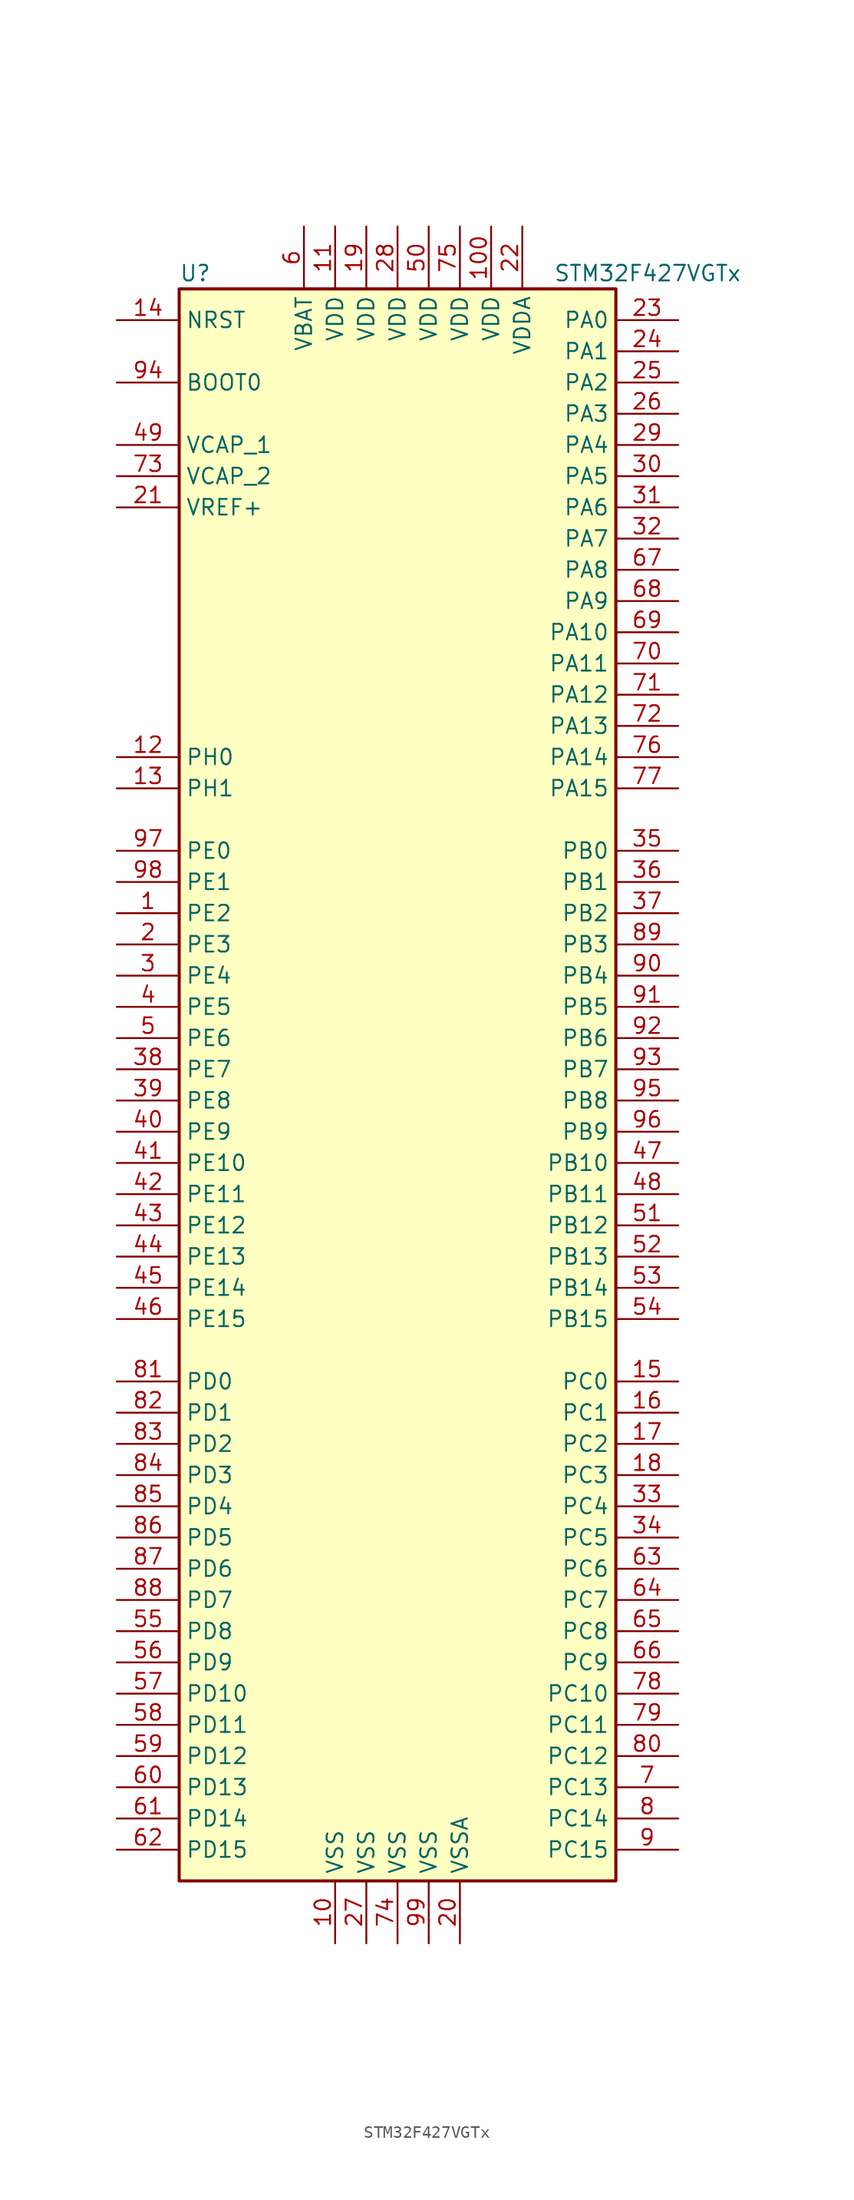
<source format=kicad_sym>
(kicad_symbol_lib
  (version 20211014)
  (generator kicad_symbol_editor)
  (symbol "STM32F427VGTx"
    (property "Reference" "U"
      (at -17.78 64.77 0)
      (effects (font (size 1.27 1.27)) (justify left)))
    (property "Value" "STM32F427VGTx"
      (at 12.7 64.77 0)
      (effects (font (size 1.27 1.27)) (justify left)))
    (symbol "STM32F427VGTx_0_1"
      (rectangle (start -17.78 -66.04) (end 17.78 63.5) (stroke (width 0.254) (type default) (color 0 0 0 0)) (fill (type background))))
    (symbol "STM32F427VGTx_1_1"
      (pin bidirectional line (at -22.86 12.7 0) (length 5.08) (name "PE2" (effects (font (size 1.27 1.27)))) (number "1" (effects (font (size 1.27 1.27)))))
      (pin power_in line (at -5.08 -71.12 90) (length 5.08) (name "VSS" (effects (font (size 1.27 1.27)))) (number "10" (effects (font (size 1.27 1.27)))))
      (pin power_in line (at 7.62 68.58 270) (length 5.08) (name "VDD" (effects (font (size 1.27 1.27)))) (number "100" (effects (font (size 1.27 1.27)))))
      (pin power_in line (at -5.08 68.58 270) (length 5.08) (name "VDD" (effects (font (size 1.27 1.27)))) (number "11" (effects (font (size 1.27 1.27)))))
      (pin input line (at -22.86 25.4 0) (length 5.08) (name "PH0" (effects (font (size 1.27 1.27)))) (number "12" (effects (font (size 1.27 1.27)))))
      (pin input line (at -22.86 22.86 0) (length 5.08) (name "PH1" (effects (font (size 1.27 1.27)))) (number "13" (effects (font (size 1.27 1.27)))))
      (pin input line (at -22.86 60.96 0) (length 5.08) (name "NRST" (effects (font (size 1.27 1.27)))) (number "14" (effects (font (size 1.27 1.27)))))
      (pin bidirectional line (at 22.86 -25.4 180) (length 5.08) (name "PC0" (effects (font (size 1.27 1.27)))) (number "15" (effects (font (size 1.27 1.27)))))
      (pin bidirectional line (at 22.86 -27.94 180) (length 5.08) (name "PC1" (effects (font (size 1.27 1.27)))) (number "16" (effects (font (size 1.27 1.27)))))
      (pin bidirectional line (at 22.86 -30.48 180) (length 5.08) (name "PC2" (effects (font (size 1.27 1.27)))) (number "17" (effects (font (size 1.27 1.27)))))
      (pin bidirectional line (at 22.86 -33.02 180) (length 5.08) (name "PC3" (effects (font (size 1.27 1.27)))) (number "18" (effects (font (size 1.27 1.27)))))
      (pin power_in line (at -2.54 68.58 270) (length 5.08) (name "VDD" (effects (font (size 1.27 1.27)))) (number "19" (effects (font (size 1.27 1.27)))))
      (pin bidirectional line (at -22.86 10.16 0) (length 5.08) (name "PE3" (effects (font (size 1.27 1.27)))) (number "2" (effects (font (size 1.27 1.27)))))
      (pin power_in line (at 5.08 -71.12 90) (length 5.08) (name "VSSA" (effects (font (size 1.27 1.27)))) (number "20" (effects (font (size 1.27 1.27)))))
      (pin power_in line (at -22.86 45.72 0) (length 5.08) (name "VREF+" (effects (font (size 1.27 1.27)))) (number "21" (effects (font (size 1.27 1.27)))))
      (pin power_in line (at 10.16 68.58 270) (length 5.08) (name "VDDA" (effects (font (size 1.27 1.27)))) (number "22" (effects (font (size 1.27 1.27)))))
      (pin bidirectional line (at 22.86 60.96 180) (length 5.08) (name "PA0" (effects (font (size 1.27 1.27)))) (number "23" (effects (font (size 1.27 1.27)))))
      (pin bidirectional line (at 22.86 58.42 180) (length 5.08) (name "PA1" (effects (font (size 1.27 1.27)))) (number "24" (effects (font (size 1.27 1.27)))))
      (pin bidirectional line (at 22.86 55.88 180) (length 5.08) (name "PA2" (effects (font (size 1.27 1.27)))) (number "25" (effects (font (size 1.27 1.27)))))
      (pin bidirectional line (at 22.86 53.34 180) (length 5.08) (name "PA3" (effects (font (size 1.27 1.27)))) (number "26" (effects (font (size 1.27 1.27)))))
      (pin power_in line (at -2.54 -71.12 90) (length 5.08) (name "VSS" (effects (font (size 1.27 1.27)))) (number "27" (effects (font (size 1.27 1.27)))))
      (pin power_in line (at 0 68.58 270) (length 5.08) (name "VDD" (effects (font (size 1.27 1.27)))) (number "28" (effects (font (size 1.27 1.27)))))
      (pin bidirectional line (at 22.86 50.8 180) (length 5.08) (name "PA4" (effects (font (size 1.27 1.27)))) (number "29" (effects (font (size 1.27 1.27)))))
      (pin bidirectional line (at -22.86 7.62 0) (length 5.08) (name "PE4" (effects (font (size 1.27 1.27)))) (number "3" (effects (font (size 1.27 1.27)))))
      (pin bidirectional line (at 22.86 48.26 180) (length 5.08) (name "PA5" (effects (font (size 1.27 1.27)))) (number "30" (effects (font (size 1.27 1.27)))))
      (pin bidirectional line (at 22.86 45.72 180) (length 5.08) (name "PA6" (effects (font (size 1.27 1.27)))) (number "31" (effects (font (size 1.27 1.27)))))
      (pin bidirectional line (at 22.86 43.18 180) (length 5.08) (name "PA7" (effects (font (size 1.27 1.27)))) (number "32" (effects (font (size 1.27 1.27)))))
      (pin bidirectional line (at 22.86 -35.56 180) (length 5.08) (name "PC4" (effects (font (size 1.27 1.27)))) (number "33" (effects (font (size 1.27 1.27)))))
      (pin bidirectional line (at 22.86 -38.1 180) (length 5.08) (name "PC5" (effects (font (size 1.27 1.27)))) (number "34" (effects (font (size 1.27 1.27)))))
      (pin bidirectional line (at 22.86 17.78 180) (length 5.08) (name "PB0" (effects (font (size 1.27 1.27)))) (number "35" (effects (font (size 1.27 1.27)))))
      (pin bidirectional line (at 22.86 15.24 180) (length 5.08) (name "PB1" (effects (font (size 1.27 1.27)))) (number "36" (effects (font (size 1.27 1.27)))))
      (pin bidirectional line (at 22.86 12.7 180) (length 5.08) (name "PB2" (effects (font (size 1.27 1.27)))) (number "37" (effects (font (size 1.27 1.27)))))
      (pin bidirectional line (at -22.86 0 0) (length 5.08) (name "PE7" (effects (font (size 1.27 1.27)))) (number "38" (effects (font (size 1.27 1.27)))))
      (pin bidirectional line (at -22.86 -2.54 0) (length 5.08) (name "PE8" (effects (font (size 1.27 1.27)))) (number "39" (effects (font (size 1.27 1.27)))))
      (pin bidirectional line (at -22.86 5.08 0) (length 5.08) (name "PE5" (effects (font (size 1.27 1.27)))) (number "4" (effects (font (size 1.27 1.27)))))
      (pin bidirectional line (at -22.86 -5.08 0) (length 5.08) (name "PE9" (effects (font (size 1.27 1.27)))) (number "40" (effects (font (size 1.27 1.27)))))
      (pin bidirectional line (at -22.86 -7.62 0) (length 5.08) (name "PE10" (effects (font (size 1.27 1.27)))) (number "41" (effects (font (size 1.27 1.27)))))
      (pin bidirectional line (at -22.86 -10.16 0) (length 5.08) (name "PE11" (effects (font (size 1.27 1.27)))) (number "42" (effects (font (size 1.27 1.27)))))
      (pin bidirectional line (at -22.86 -12.7 0) (length 5.08) (name "PE12" (effects (font (size 1.27 1.27)))) (number "43" (effects (font (size 1.27 1.27)))))
      (pin bidirectional line (at -22.86 -15.24 0) (length 5.08) (name "PE13" (effects (font (size 1.27 1.27)))) (number "44" (effects (font (size 1.27 1.27)))))
      (pin bidirectional line (at -22.86 -17.78 0) (length 5.08) (name "PE14" (effects (font (size 1.27 1.27)))) (number "45" (effects (font (size 1.27 1.27)))))
      (pin bidirectional line (at -22.86 -20.32 0) (length 5.08) (name "PE15" (effects (font (size 1.27 1.27)))) (number "46" (effects (font (size 1.27 1.27)))))
      (pin bidirectional line (at 22.86 -7.62 180) (length 5.08) (name "PB10" (effects (font (size 1.27 1.27)))) (number "47" (effects (font (size 1.27 1.27)))))
      (pin bidirectional line (at 22.86 -10.16 180) (length 5.08) (name "PB11" (effects (font (size 1.27 1.27)))) (number "48" (effects (font (size 1.27 1.27)))))
      (pin power_in line (at -22.86 50.8 0) (length 5.08) (name "VCAP_1" (effects (font (size 1.27 1.27)))) (number "49" (effects (font (size 1.27 1.27)))))
      (pin bidirectional line (at -22.86 2.54 0) (length 5.08) (name "PE6" (effects (font (size 1.27 1.27)))) (number "5" (effects (font (size 1.27 1.27)))))
      (pin power_in line (at 2.54 68.58 270) (length 5.08) (name "VDD" (effects (font (size 1.27 1.27)))) (number "50" (effects (font (size 1.27 1.27)))))
      (pin bidirectional line (at 22.86 -12.7 180) (length 5.08) (name "PB12" (effects (font (size 1.27 1.27)))) (number "51" (effects (font (size 1.27 1.27)))))
      (pin bidirectional line (at 22.86 -15.24 180) (length 5.08) (name "PB13" (effects (font (size 1.27 1.27)))) (number "52" (effects (font (size 1.27 1.27)))))
      (pin bidirectional line (at 22.86 -17.78 180) (length 5.08) (name "PB14" (effects (font (size 1.27 1.27)))) (number "53" (effects (font (size 1.27 1.27)))))
      (pin bidirectional line (at 22.86 -20.32 180) (length 5.08) (name "PB15" (effects (font (size 1.27 1.27)))) (number "54" (effects (font (size 1.27 1.27)))))
      (pin bidirectional line (at -22.86 -45.72 0) (length 5.08) (name "PD8" (effects (font (size 1.27 1.27)))) (number "55" (effects (font (size 1.27 1.27)))))
      (pin bidirectional line (at -22.86 -48.26 0) (length 5.08) (name "PD9" (effects (font (size 1.27 1.27)))) (number "56" (effects (font (size 1.27 1.27)))))
      (pin bidirectional line (at -22.86 -50.8 0) (length 5.08) (name "PD10" (effects (font (size 1.27 1.27)))) (number "57" (effects (font (size 1.27 1.27)))))
      (pin bidirectional line (at -22.86 -53.34 0) (length 5.08) (name "PD11" (effects (font (size 1.27 1.27)))) (number "58" (effects (font (size 1.27 1.27)))))
      (pin bidirectional line (at -22.86 -55.88 0) (length 5.08) (name "PD12" (effects (font (size 1.27 1.27)))) (number "59" (effects (font (size 1.27 1.27)))))
      (pin power_in line (at -7.62 68.58 270) (length 5.08) (name "VBAT" (effects (font (size 1.27 1.27)))) (number "6" (effects (font (size 1.27 1.27)))))
      (pin bidirectional line (at -22.86 -58.42 0) (length 5.08) (name "PD13" (effects (font (size 1.27 1.27)))) (number "60" (effects (font (size 1.27 1.27)))))
      (pin bidirectional line (at -22.86 -60.96 0) (length 5.08) (name "PD14" (effects (font (size 1.27 1.27)))) (number "61" (effects (font (size 1.27 1.27)))))
      (pin bidirectional line (at -22.86 -63.5 0) (length 5.08) (name "PD15" (effects (font (size 1.27 1.27)))) (number "62" (effects (font (size 1.27 1.27)))))
      (pin bidirectional line (at 22.86 -40.64 180) (length 5.08) (name "PC6" (effects (font (size 1.27 1.27)))) (number "63" (effects (font (size 1.27 1.27)))))
      (pin bidirectional line (at 22.86 -43.18 180) (length 5.08) (name "PC7" (effects (font (size 1.27 1.27)))) (number "64" (effects (font (size 1.27 1.27)))))
      (pin bidirectional line (at 22.86 -45.72 180) (length 5.08) (name "PC8" (effects (font (size 1.27 1.27)))) (number "65" (effects (font (size 1.27 1.27)))))
      (pin bidirectional line (at 22.86 -48.26 180) (length 5.08) (name "PC9" (effects (font (size 1.27 1.27)))) (number "66" (effects (font (size 1.27 1.27)))))
      (pin bidirectional line (at 22.86 40.64 180) (length 5.08) (name "PA8" (effects (font (size 1.27 1.27)))) (number "67" (effects (font (size 1.27 1.27)))))
      (pin bidirectional line (at 22.86 38.1 180) (length 5.08) (name "PA9" (effects (font (size 1.27 1.27)))) (number "68" (effects (font (size 1.27 1.27)))))
      (pin bidirectional line (at 22.86 35.56 180) (length 5.08) (name "PA10" (effects (font (size 1.27 1.27)))) (number "69" (effects (font (size 1.27 1.27)))))
      (pin bidirectional line (at 22.86 -58.42 180) (length 5.08) (name "PC13" (effects (font (size 1.27 1.27)))) (number "7" (effects (font (size 1.27 1.27)))))
      (pin bidirectional line (at 22.86 33.02 180) (length 5.08) (name "PA11" (effects (font (size 1.27 1.27)))) (number "70" (effects (font (size 1.27 1.27)))))
      (pin bidirectional line (at 22.86 30.48 180) (length 5.08) (name "PA12" (effects (font (size 1.27 1.27)))) (number "71" (effects (font (size 1.27 1.27)))))
      (pin bidirectional line (at 22.86 27.94 180) (length 5.08) (name "PA13" (effects (font (size 1.27 1.27)))) (number "72" (effects (font (size 1.27 1.27)))))
      (pin power_in line (at -22.86 48.26 0) (length 5.08) (name "VCAP_2" (effects (font (size 1.27 1.27)))) (number "73" (effects (font (size 1.27 1.27)))))
      (pin power_in line (at 0 -71.12 90) (length 5.08) (name "VSS" (effects (font (size 1.27 1.27)))) (number "74" (effects (font (size 1.27 1.27)))))
      (pin power_in line (at 5.08 68.58 270) (length 5.08) (name "VDD" (effects (font (size 1.27 1.27)))) (number "75" (effects (font (size 1.27 1.27)))))
      (pin bidirectional line (at 22.86 25.4 180) (length 5.08) (name "PA14" (effects (font (size 1.27 1.27)))) (number "76" (effects (font (size 1.27 1.27)))))
      (pin bidirectional line (at 22.86 22.86 180) (length 5.08) (name "PA15" (effects (font (size 1.27 1.27)))) (number "77" (effects (font (size 1.27 1.27)))))
      (pin bidirectional line (at 22.86 -50.8 180) (length 5.08) (name "PC10" (effects (font (size 1.27 1.27)))) (number "78" (effects (font (size 1.27 1.27)))))
      (pin bidirectional line (at 22.86 -53.34 180) (length 5.08) (name "PC11" (effects (font (size 1.27 1.27)))) (number "79" (effects (font (size 1.27 1.27)))))
      (pin bidirectional line (at 22.86 -60.96 180) (length 5.08) (name "PC14" (effects (font (size 1.27 1.27)))) (number "8" (effects (font (size 1.27 1.27)))))
      (pin bidirectional line (at 22.86 -55.88 180) (length 5.08) (name "PC12" (effects (font (size 1.27 1.27)))) (number "80" (effects (font (size 1.27 1.27)))))
      (pin bidirectional line (at -22.86 -25.4 0) (length 5.08) (name "PD0" (effects (font (size 1.27 1.27)))) (number "81" (effects (font (size 1.27 1.27)))))
      (pin bidirectional line (at -22.86 -27.94 0) (length 5.08) (name "PD1" (effects (font (size 1.27 1.27)))) (number "82" (effects (font (size 1.27 1.27)))))
      (pin bidirectional line (at -22.86 -30.48 0) (length 5.08) (name "PD2" (effects (font (size 1.27 1.27)))) (number "83" (effects (font (size 1.27 1.27)))))
      (pin bidirectional line (at -22.86 -33.02 0) (length 5.08) (name "PD3" (effects (font (size 1.27 1.27)))) (number "84" (effects (font (size 1.27 1.27)))))
      (pin bidirectional line (at -22.86 -35.56 0) (length 5.08) (name "PD4" (effects (font (size 1.27 1.27)))) (number "85" (effects (font (size 1.27 1.27)))))
      (pin bidirectional line (at -22.86 -38.1 0) (length 5.08) (name "PD5" (effects (font (size 1.27 1.27)))) (number "86" (effects (font (size 1.27 1.27)))))
      (pin bidirectional line (at -22.86 -40.64 0) (length 5.08) (name "PD6" (effects (font (size 1.27 1.27)))) (number "87" (effects (font (size 1.27 1.27)))))
      (pin bidirectional line (at -22.86 -43.18 0) (length 5.08) (name "PD7" (effects (font (size 1.27 1.27)))) (number "88" (effects (font (size 1.27 1.27)))))
      (pin bidirectional line (at 22.86 10.16 180) (length 5.08) (name "PB3" (effects (font (size 1.27 1.27)))) (number "89" (effects (font (size 1.27 1.27)))))
      (pin bidirectional line (at 22.86 -63.5 180) (length 5.08) (name "PC15" (effects (font (size 1.27 1.27)))) (number "9" (effects (font (size 1.27 1.27)))))
      (pin bidirectional line (at 22.86 7.62 180) (length 5.08) (name "PB4" (effects (font (size 1.27 1.27)))) (number "90" (effects (font (size 1.27 1.27)))))
      (pin bidirectional line (at 22.86 5.08 180) (length 5.08) (name "PB5" (effects (font (size 1.27 1.27)))) (number "91" (effects (font (size 1.27 1.27)))))
      (pin bidirectional line (at 22.86 2.54 180) (length 5.08) (name "PB6" (effects (font (size 1.27 1.27)))) (number "92" (effects (font (size 1.27 1.27)))))
      (pin bidirectional line (at 22.86 0 180) (length 5.08) (name "PB7" (effects (font (size 1.27 1.27)))) (number "93" (effects (font (size 1.27 1.27)))))
      (pin input line (at -22.86 55.88 0) (length 5.08) (name "BOOT0" (effects (font (size 1.27 1.27)))) (number "94" (effects (font (size 1.27 1.27)))))
      (pin bidirectional line (at 22.86 -2.54 180) (length 5.08) (name "PB8" (effects (font (size 1.27 1.27)))) (number "95" (effects (font (size 1.27 1.27)))))
      (pin bidirectional line (at 22.86 -5.08 180) (length 5.08) (name "PB9" (effects (font (size 1.27 1.27)))) (number "96" (effects (font (size 1.27 1.27)))))
      (pin bidirectional line (at -22.86 17.78 0) (length 5.08) (name "PE0" (effects (font (size 1.27 1.27)))) (number "97" (effects (font (size 1.27 1.27)))))
      (pin bidirectional line (at -22.86 15.24 0) (length 5.08) (name "PE1" (effects (font (size 1.27 1.27)))) (number "98" (effects (font (size 1.27 1.27)))))
      (pin power_in line (at 2.54 -71.12 90) (length 5.08) (name "VSS" (effects (font (size 1.27 1.27)))) (number "99" (effects (font (size 1.27 1.27))))))))
</source>
